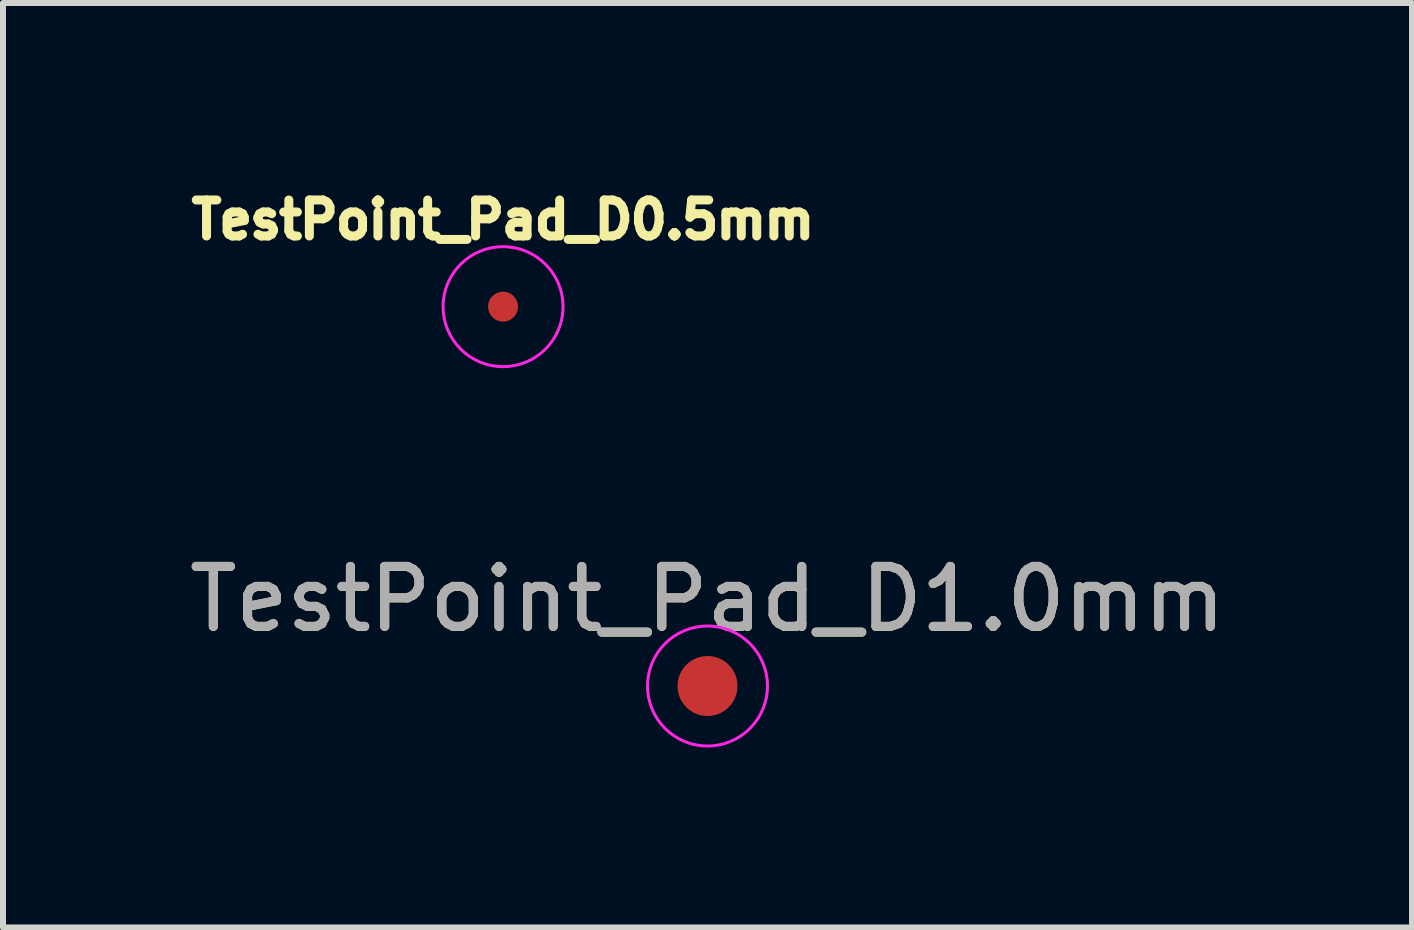
<source format=kicad_pcb>
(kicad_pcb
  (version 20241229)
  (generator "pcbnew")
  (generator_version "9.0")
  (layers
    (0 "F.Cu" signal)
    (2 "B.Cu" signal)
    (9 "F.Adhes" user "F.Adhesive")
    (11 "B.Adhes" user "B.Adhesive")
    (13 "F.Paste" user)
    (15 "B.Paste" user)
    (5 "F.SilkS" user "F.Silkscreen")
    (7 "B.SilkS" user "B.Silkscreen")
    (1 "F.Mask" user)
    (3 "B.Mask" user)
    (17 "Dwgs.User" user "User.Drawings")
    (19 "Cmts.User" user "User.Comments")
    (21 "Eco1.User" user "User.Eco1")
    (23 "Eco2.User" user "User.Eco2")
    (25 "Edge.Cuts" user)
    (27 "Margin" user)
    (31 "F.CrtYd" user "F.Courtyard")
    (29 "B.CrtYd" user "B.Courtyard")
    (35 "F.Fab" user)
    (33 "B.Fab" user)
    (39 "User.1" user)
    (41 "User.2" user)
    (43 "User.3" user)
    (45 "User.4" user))
  (footprint "TestPoint_Pad_D1.0mm"
    (layer "F.Cu")
    (at 8.744 8.386)
    (property "Reference" "TestPoint_Pad_D1.0mm" (at 0 -1.448 0) (layer "F.SilkS") (effects (font (size 1 1) (thickness 0.15))))
    (attr exclude_from_pos_files exclude_from_bom)
    (fp_circle (center 0 0) (end 1 0) (stroke (width 0.05) (type solid)) (fill no) (layer "F.CrtYd"))
    (fp_text user "${REFERENCE}" (at 0 -1.45 0) (layer "F.Fab") (effects (font (size 1 1) (thickness 0.15))))
    (pad "1" smd circle (at 0 0) (size 1 1) (layers "F.Cu" "F.Mask")))
  (footprint "TestPoint_Pad_D0.5mm"
    (layer "F.Cu")
    (at 5.336 2.062)
    (property "Reference" "TestPoint_Pad_D0.5mm" (at 0 -1.448 0) (layer "F.SilkS") (effects (font (size 0.6 0.6) (thickness 0.15))))
    (attr exclude_from_pos_files exclude_from_bom)
    (fp_circle (center 0 0) (end 1 0) (stroke (width 0.05) (type solid)) (fill no) (layer "F.CrtYd"))
    (pad "1" smd circle (at 0 0) (size 0.5 0.5) (layers "F.Cu" "F.Mask")))
  (gr_rect
    (start -3 -3)
    (end 20.488 12.411)
    (stroke (width 0.1) (type default))
    (fill no)
    (layer "Edge.Cuts")))
</source>
